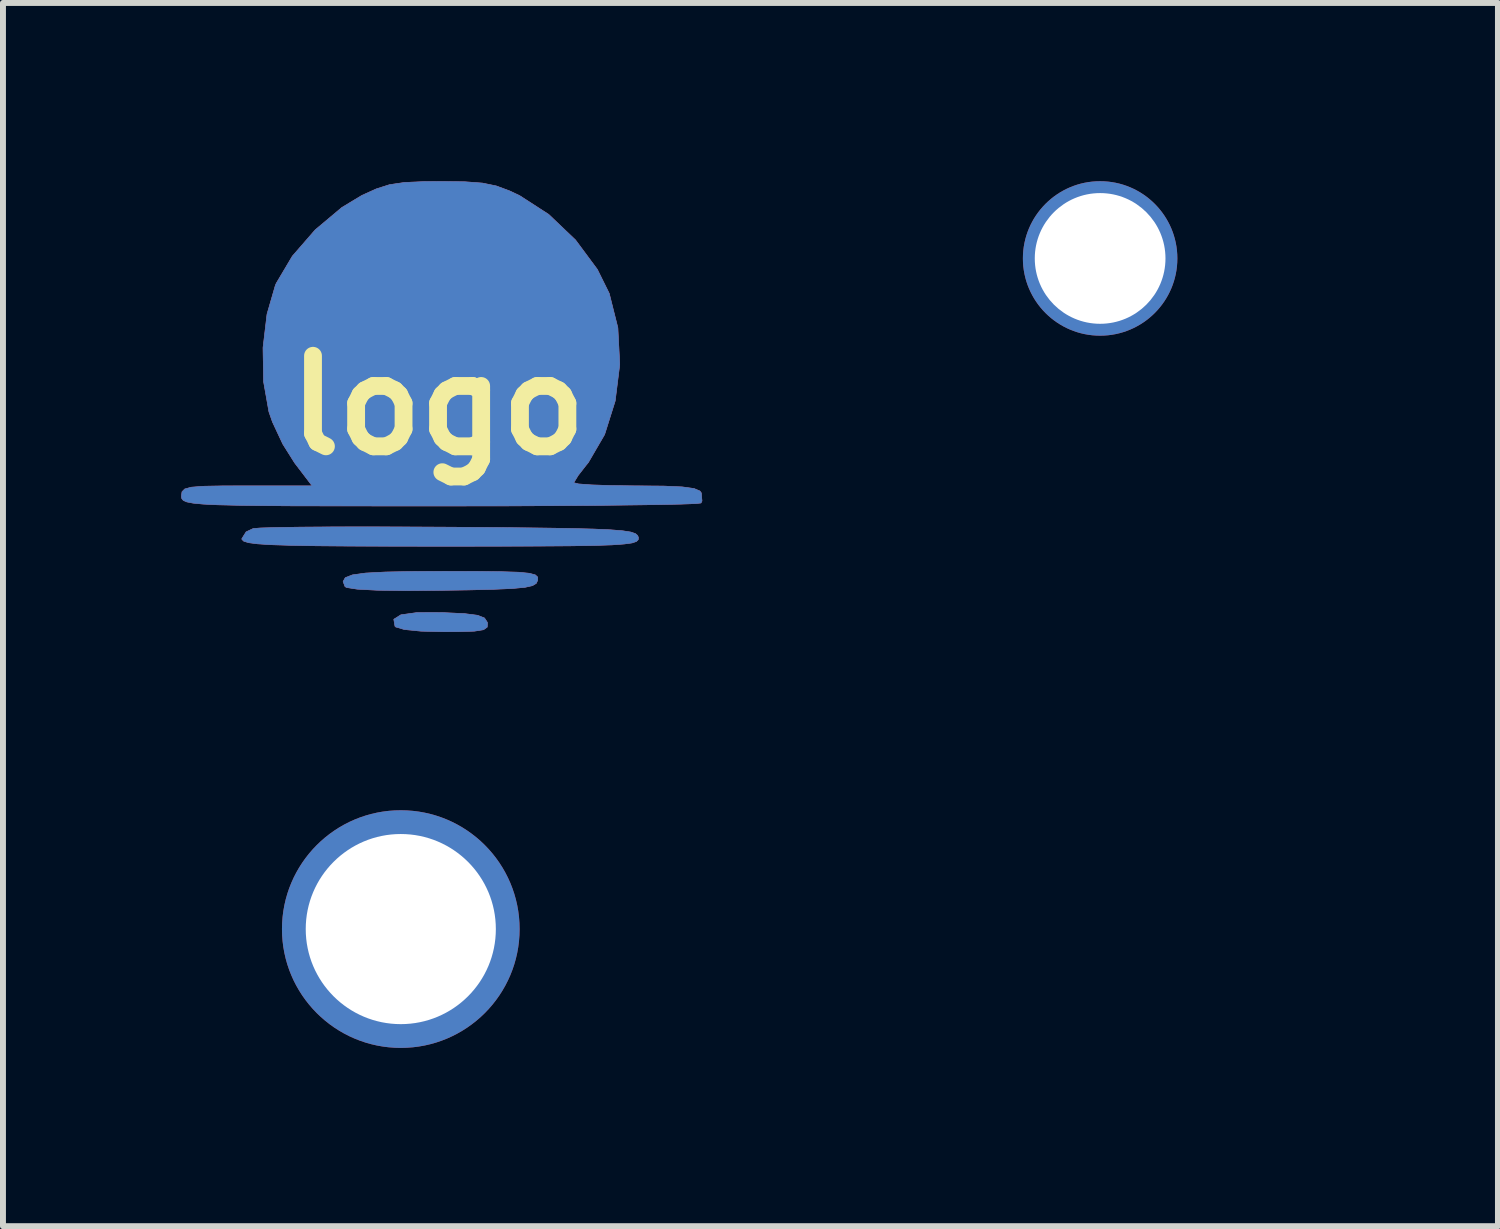
<source format=kicad_pcb>
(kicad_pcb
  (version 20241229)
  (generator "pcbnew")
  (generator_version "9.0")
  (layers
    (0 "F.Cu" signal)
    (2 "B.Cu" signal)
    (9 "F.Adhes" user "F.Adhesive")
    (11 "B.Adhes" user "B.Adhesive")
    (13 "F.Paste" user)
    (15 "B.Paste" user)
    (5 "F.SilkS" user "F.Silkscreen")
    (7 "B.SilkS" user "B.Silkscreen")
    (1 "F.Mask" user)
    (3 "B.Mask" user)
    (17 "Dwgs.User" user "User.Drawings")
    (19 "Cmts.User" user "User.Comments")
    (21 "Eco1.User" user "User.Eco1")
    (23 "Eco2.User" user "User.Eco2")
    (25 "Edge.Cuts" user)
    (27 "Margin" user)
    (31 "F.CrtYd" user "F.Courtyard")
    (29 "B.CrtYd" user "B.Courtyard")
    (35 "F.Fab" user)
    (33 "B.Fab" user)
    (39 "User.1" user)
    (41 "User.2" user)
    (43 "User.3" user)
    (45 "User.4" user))
  (footprint "M2-HOLE"
    (layer "F.Cu")
    (at 15.467 1.3)
    (property "Reference" "M2-HOLE" (at 0 0.5 0) (layer "Eco1.User") (effects (font (size 1 1) (thickness 0.15))))
    (attr through_hole)
    (pad "" thru_hole circle (at 0 0) (size 2.6 2.6) (drill 2.2) (layers "*.Cu" "*.Mask")))
  (footprint "logo"
    (layer "F.Cu")
    (at 4.323 3.773)
    (property "Reference" "logo" (at 0 0 0) (layer "F.SilkS") (effects (font (size 1.524 1.524) (thickness 0.3))))
    (attr through_hole)
    (fp_poly (pts (xy 0.092 3.489) (xy 0.447 3.506) (xy 0.666 3.534) (xy 0.782 3.58) (xy 0.828 3.651) (xy 0.831 3.662) (xy 0.827 3.732) (xy 0.765 3.776) (xy 0.612 3.8) (xy 0.339 3.809) (xy 0.096 3.81) (xy -0.288 3.8) (xy -0.567 3.772) (xy -0.713 3.729) (xy -0.724 3.718) (xy -0.744 3.601) (xy -0.625 3.526) (xy -0.36 3.489) (xy 0.062 3.488) (xy 0.092 3.489)) (stroke (width 0.01) (type solid)) (fill yes) (layer "F.Cu"))
    (fp_poly (pts (xy 0.656 2.795) (xy 1.068 2.8) (xy 1.355 2.809) (xy 1.537 2.827) (xy 1.637 2.854) (xy 1.677 2.892) (xy 1.677 2.942) (xy 1.653 2.995) (xy 1.589 3.034) (xy 1.463 3.062) (xy 1.251 3.082) (xy 0.931 3.096) (xy 0.481 3.107) (xy 0.069 3.113) (xy -0.548 3.118) (xy -1.028 3.111) (xy -1.361 3.093) (xy -1.539 3.065) (xy -1.565 3.05) (xy -1.597 2.965) (xy -1.561 2.901) (xy -1.441 2.854) (xy -1.219 2.823) (xy -0.876 2.805) (xy -0.396 2.796) (xy 0.096 2.794) (xy 0.656 2.795)) (stroke (width 0.01) (type solid)) (fill yes) (layer "F.Cu"))
    (fp_poly (pts (xy -0.521 2.047) (xy 0.197 2.051) (xy 0.211 2.051) (xy 1.023 2.057) (xy 1.683 2.064) (xy 2.206 2.072) (xy 2.607 2.082) (xy 2.903 2.095) (xy 3.111 2.112) (xy 3.245 2.133) (xy 3.323 2.16) (xy 3.36 2.193) (xy 3.371 2.223) (xy 3.369 2.26) (xy 3.339 2.29) (xy 3.266 2.315) (xy 3.133 2.333) (xy 2.926 2.348) (xy 2.629 2.358) (xy 2.227 2.364) (xy 1.705 2.368) (xy 1.047 2.37) (xy 0.239 2.371) (xy 0.049 2.371) (xy -0.803 2.37) (xy -1.5 2.368) (xy -2.057 2.363) (xy -2.49 2.355) (xy -2.813 2.345) (xy -3.04 2.33) (xy -3.187 2.311) (xy -3.269 2.286) (xy -3.3 2.256) (xy -3.302 2.245) (xy -3.23 2.13) (xy -3.111 2.074) (xy -2.985 2.064) (xy -2.71 2.056) (xy -2.306 2.05) (xy -1.793 2.046) (xy -1.191 2.045) (xy -0.521 2.047)) (stroke (width 0.01) (type solid)) (fill yes) (layer "F.Cu"))
    (fp_poly (pts (xy 0.453 -3.763) (xy 0.748 -3.741) (xy 0.98 -3.693) (xy 1.203 -3.61) (xy 1.371 -3.531) (xy 1.862 -3.214) (xy 2.314 -2.783) (xy 2.681 -2.288) (xy 2.881 -1.884) (xy 3.026 -1.306) (xy 3.058 -0.688) (xy 2.981 -0.074) (xy 2.803 0.491) (xy 2.529 0.962) (xy 2.491 1.008) (xy 2.358 1.179) (xy 2.289 1.292) (xy 2.286 1.303) (xy 2.365 1.323) (xy 2.582 1.339) (xy 2.903 1.35) (xy 3.297 1.355) (xy 3.335 1.355) (xy 3.796 1.359) (xy 4.112 1.373) (xy 4.308 1.4) (xy 4.407 1.442) (xy 4.43 1.473) (xy 4.442 1.609) (xy 4.425 1.643) (xy 4.333 1.653) (xy 4.088 1.662) (xy 3.705 1.67) (xy 3.202 1.677) (xy 2.593 1.684) (xy 1.895 1.688) (xy 1.125 1.692) (xy 0.297 1.693) (xy 0.028 1.693) (xy -0.94 1.693) (xy -1.753 1.692) (xy -2.423 1.691) (xy -2.966 1.687) (xy -3.393 1.681) (xy -3.72 1.673) (xy -3.958 1.661) (xy -4.123 1.645) (xy -4.228 1.625) (xy -4.286 1.6) (xy -4.312 1.57) (xy -4.318 1.534) (xy -4.318 1.524) (xy -4.309 1.455) (xy -4.263 1.408) (xy -4.153 1.378) (xy -3.953 1.362) (xy -3.635 1.356) (xy -3.218 1.355) (xy -2.118 1.355) (xy -2.413 0.968) (xy -2.613 0.65) (xy -2.786 0.28) (xy -2.846 0.108) (xy -2.936 -0.4) (xy -2.945 -0.971) (xy -2.878 -1.535) (xy -2.738 -2.019) (xy -2.723 -2.054) (xy -2.452 -2.511) (xy -2.067 -2.954) (xy -1.619 -3.33) (xy -1.281 -3.534) (xy -1.037 -3.644) (xy -0.817 -3.714) (xy -0.568 -3.751) (xy -0.237 -3.766) (xy 0.042 -3.768) (xy 0.453 -3.763)) (stroke (width 0.01) (type solid)) (fill yes) (layer "F.Cu"))
    (fp_poly (pts (xy 0.092 3.489) (xy 0.447 3.506) (xy 0.666 3.534) (xy 0.782 3.58) (xy 0.828 3.651) (xy 0.831 3.662) (xy 0.827 3.732) (xy 0.765 3.776) (xy 0.612 3.8) (xy 0.339 3.809) (xy 0.096 3.81) (xy -0.288 3.8) (xy -0.567 3.772) (xy -0.713 3.729) (xy -0.724 3.718) (xy -0.744 3.601) (xy -0.625 3.526) (xy -0.36 3.489) (xy 0.062 3.488) (xy 0.092 3.489)) (stroke (width 0.01) (type solid)) (fill yes) (layer "F.Mask"))
    (fp_poly (pts (xy 0.656 2.795) (xy 1.068 2.8) (xy 1.355 2.809) (xy 1.537 2.827) (xy 1.637 2.854) (xy 1.677 2.892) (xy 1.677 2.942) (xy 1.653 2.995) (xy 1.589 3.034) (xy 1.463 3.062) (xy 1.251 3.082) (xy 0.931 3.096) (xy 0.481 3.107) (xy 0.069 3.113) (xy -0.548 3.118) (xy -1.028 3.111) (xy -1.361 3.093) (xy -1.539 3.065) (xy -1.565 3.05) (xy -1.597 2.965) (xy -1.561 2.901) (xy -1.441 2.854) (xy -1.219 2.823) (xy -0.876 2.805) (xy -0.396 2.796) (xy 0.096 2.794) (xy 0.656 2.795)) (stroke (width 0.01) (type solid)) (fill yes) (layer "F.Mask"))
    (fp_poly (pts (xy -0.521 2.047) (xy 0.197 2.051) (xy 0.211 2.051) (xy 1.023 2.057) (xy 1.683 2.064) (xy 2.206 2.072) (xy 2.607 2.082) (xy 2.903 2.095) (xy 3.111 2.112) (xy 3.245 2.133) (xy 3.323 2.16) (xy 3.36 2.193) (xy 3.371 2.223) (xy 3.369 2.26) (xy 3.339 2.29) (xy 3.266 2.315) (xy 3.133 2.333) (xy 2.926 2.348) (xy 2.629 2.358) (xy 2.227 2.364) (xy 1.705 2.368) (xy 1.047 2.37) (xy 0.239 2.371) (xy 0.049 2.371) (xy -0.803 2.37) (xy -1.5 2.368) (xy -2.057 2.363) (xy -2.49 2.355) (xy -2.813 2.345) (xy -3.04 2.33) (xy -3.187 2.311) (xy -3.269 2.286) (xy -3.3 2.256) (xy -3.302 2.245) (xy -3.23 2.13) (xy -3.111 2.074) (xy -2.985 2.064) (xy -2.71 2.056) (xy -2.306 2.05) (xy -1.793 2.046) (xy -1.191 2.045) (xy -0.521 2.047)) (stroke (width 0.01) (type solid)) (fill yes) (layer "F.Mask"))
    (fp_poly (pts (xy 0.453 -3.763) (xy 0.748 -3.741) (xy 0.98 -3.693) (xy 1.203 -3.61) (xy 1.371 -3.531) (xy 1.862 -3.214) (xy 2.314 -2.783) (xy 2.681 -2.288) (xy 2.881 -1.884) (xy 3.026 -1.306) (xy 3.058 -0.688) (xy 2.981 -0.074) (xy 2.803 0.491) (xy 2.529 0.962) (xy 2.491 1.008) (xy 2.358 1.179) (xy 2.289 1.292) (xy 2.286 1.303) (xy 2.365 1.323) (xy 2.582 1.339) (xy 2.903 1.35) (xy 3.297 1.355) (xy 3.335 1.355) (xy 3.796 1.359) (xy 4.112 1.373) (xy 4.308 1.4) (xy 4.407 1.442) (xy 4.43 1.473) (xy 4.442 1.609) (xy 4.425 1.643) (xy 4.333 1.653) (xy 4.088 1.662) (xy 3.705 1.67) (xy 3.202 1.677) (xy 2.593 1.684) (xy 1.895 1.688) (xy 1.125 1.692) (xy 0.297 1.693) (xy 0.028 1.693) (xy -0.94 1.693) (xy -1.753 1.692) (xy -2.423 1.691) (xy -2.966 1.687) (xy -3.393 1.681) (xy -3.72 1.673) (xy -3.958 1.661) (xy -4.123 1.645) (xy -4.228 1.625) (xy -4.286 1.6) (xy -4.312 1.57) (xy -4.318 1.534) (xy -4.318 1.524) (xy -4.309 1.455) (xy -4.263 1.408) (xy -4.153 1.378) (xy -3.953 1.362) (xy -3.635 1.356) (xy -3.218 1.355) (xy -2.118 1.355) (xy -2.413 0.968) (xy -2.613 0.65) (xy -2.786 0.28) (xy -2.846 0.108) (xy -2.936 -0.4) (xy -2.945 -0.971) (xy -2.878 -1.535) (xy -2.738 -2.019) (xy -2.723 -2.054) (xy -2.452 -2.511) (xy -2.067 -2.954) (xy -1.619 -3.33) (xy -1.281 -3.534) (xy -1.037 -3.644) (xy -0.817 -3.714) (xy -0.568 -3.751) (xy -0.237 -3.766) (xy 0.042 -3.768) (xy 0.453 -3.763)) (stroke (width 0.01) (type solid)) (fill yes) (layer "F.Mask"))
    (fp_poly (pts (xy 0.092 3.489) (xy 0.447 3.506) (xy 0.666 3.534) (xy 0.782 3.58) (xy 0.828 3.651) (xy 0.831 3.662) (xy 0.827 3.732) (xy 0.765 3.776) (xy 0.612 3.8) (xy 0.339 3.809) (xy 0.096 3.81) (xy -0.288 3.8) (xy -0.567 3.772) (xy -0.713 3.729) (xy -0.724 3.718) (xy -0.744 3.601) (xy -0.625 3.526) (xy -0.36 3.489) (xy 0.062 3.488) (xy 0.092 3.489)) (stroke (width 0.01) (type solid)) (fill yes) (layer "B.Cu"))
    (fp_poly (pts (xy 0.656 2.795) (xy 1.068 2.8) (xy 1.355 2.809) (xy 1.537 2.827) (xy 1.637 2.854) (xy 1.677 2.892) (xy 1.677 2.942) (xy 1.653 2.995) (xy 1.589 3.034) (xy 1.463 3.062) (xy 1.251 3.082) (xy 0.931 3.096) (xy 0.481 3.107) (xy 0.069 3.113) (xy -0.548 3.118) (xy -1.028 3.111) (xy -1.361 3.093) (xy -1.539 3.065) (xy -1.565 3.05) (xy -1.597 2.965) (xy -1.561 2.901) (xy -1.441 2.854) (xy -1.219 2.823) (xy -0.876 2.805) (xy -0.396 2.796) (xy 0.096 2.794) (xy 0.656 2.795)) (stroke (width 0.01) (type solid)) (fill yes) (layer "B.Cu"))
    (fp_poly (pts (xy -0.521 2.047) (xy 0.197 2.051) (xy 0.211 2.051) (xy 1.023 2.057) (xy 1.683 2.064) (xy 2.206 2.072) (xy 2.607 2.082) (xy 2.903 2.095) (xy 3.111 2.112) (xy 3.245 2.133) (xy 3.323 2.16) (xy 3.36 2.193) (xy 3.371 2.223) (xy 3.369 2.26) (xy 3.339 2.29) (xy 3.266 2.315) (xy 3.133 2.333) (xy 2.926 2.348) (xy 2.629 2.358) (xy 2.227 2.364) (xy 1.705 2.368) (xy 1.047 2.37) (xy 0.239 2.371) (xy 0.049 2.371) (xy -0.803 2.37) (xy -1.5 2.368) (xy -2.057 2.363) (xy -2.49 2.355) (xy -2.813 2.345) (xy -3.04 2.33) (xy -3.187 2.311) (xy -3.269 2.286) (xy -3.3 2.256) (xy -3.302 2.245) (xy -3.23 2.13) (xy -3.111 2.074) (xy -2.985 2.064) (xy -2.71 2.056) (xy -2.306 2.05) (xy -1.793 2.046) (xy -1.191 2.045) (xy -0.521 2.047)) (stroke (width 0.01) (type solid)) (fill yes) (layer "B.Cu"))
    (fp_poly (pts (xy 0.453 -3.763) (xy 0.748 -3.741) (xy 0.98 -3.693) (xy 1.203 -3.61) (xy 1.371 -3.531) (xy 1.862 -3.214) (xy 2.314 -2.783) (xy 2.681 -2.288) (xy 2.881 -1.884) (xy 3.026 -1.306) (xy 3.058 -0.688) (xy 2.981 -0.074) (xy 2.803 0.491) (xy 2.529 0.962) (xy 2.491 1.008) (xy 2.358 1.179) (xy 2.289 1.292) (xy 2.286 1.303) (xy 2.365 1.323) (xy 2.582 1.339) (xy 2.903 1.35) (xy 3.297 1.355) (xy 3.335 1.355) (xy 3.796 1.359) (xy 4.112 1.373) (xy 4.308 1.4) (xy 4.407 1.442) (xy 4.43 1.473) (xy 4.442 1.609) (xy 4.425 1.643) (xy 4.333 1.653) (xy 4.088 1.662) (xy 3.705 1.67) (xy 3.202 1.677) (xy 2.593 1.684) (xy 1.895 1.688) (xy 1.125 1.692) (xy 0.297 1.693) (xy 0.028 1.693) (xy -0.94 1.693) (xy -1.753 1.692) (xy -2.423 1.691) (xy -2.966 1.687) (xy -3.393 1.681) (xy -3.72 1.673) (xy -3.958 1.661) (xy -4.123 1.645) (xy -4.228 1.625) (xy -4.286 1.6) (xy -4.312 1.57) (xy -4.318 1.534) (xy -4.318 1.524) (xy -4.309 1.455) (xy -4.263 1.408) (xy -4.153 1.378) (xy -3.953 1.362) (xy -3.635 1.356) (xy -3.218 1.355) (xy -2.118 1.355) (xy -2.413 0.968) (xy -2.613 0.65) (xy -2.786 0.28) (xy -2.846 0.108) (xy -2.936 -0.4) (xy -2.945 -0.971) (xy -2.878 -1.535) (xy -2.738 -2.019) (xy -2.723 -2.054) (xy -2.452 -2.511) (xy -2.067 -2.954) (xy -1.619 -3.33) (xy -1.281 -3.534) (xy -1.037 -3.644) (xy -0.817 -3.714) (xy -0.568 -3.751) (xy -0.237 -3.766) (xy 0.042 -3.768) (xy 0.453 -3.763)) (stroke (width 0.01) (type solid)) (fill yes) (layer "B.Cu"))
    (fp_poly (pts (xy 0.092 3.489) (xy 0.447 3.506) (xy 0.666 3.534) (xy 0.782 3.58) (xy 0.828 3.651) (xy 0.831 3.662) (xy 0.827 3.732) (xy 0.765 3.776) (xy 0.612 3.8) (xy 0.339 3.809) (xy 0.096 3.81) (xy -0.288 3.8) (xy -0.567 3.772) (xy -0.713 3.729) (xy -0.724 3.718) (xy -0.744 3.601) (xy -0.625 3.526) (xy -0.36 3.489) (xy 0.062 3.488) (xy 0.092 3.489)) (stroke (width 0.01) (type solid)) (fill yes) (layer "B.Mask"))
    (fp_poly (pts (xy 0.656 2.795) (xy 1.068 2.8) (xy 1.355 2.809) (xy 1.537 2.827) (xy 1.637 2.854) (xy 1.677 2.892) (xy 1.677 2.942) (xy 1.653 2.995) (xy 1.589 3.034) (xy 1.463 3.062) (xy 1.251 3.082) (xy 0.931 3.096) (xy 0.481 3.107) (xy 0.069 3.113) (xy -0.548 3.118) (xy -1.028 3.111) (xy -1.361 3.093) (xy -1.539 3.065) (xy -1.565 3.05) (xy -1.597 2.965) (xy -1.561 2.901) (xy -1.441 2.854) (xy -1.219 2.823) (xy -0.876 2.805) (xy -0.396 2.796) (xy 0.096 2.794) (xy 0.656 2.795)) (stroke (width 0.01) (type solid)) (fill yes) (layer "B.Mask"))
    (fp_poly (pts (xy -0.521 2.047) (xy 0.197 2.051) (xy 0.211 2.051) (xy 1.023 2.057) (xy 1.683 2.064) (xy 2.206 2.072) (xy 2.607 2.082) (xy 2.903 2.095) (xy 3.111 2.112) (xy 3.245 2.133) (xy 3.323 2.16) (xy 3.36 2.193) (xy 3.371 2.223) (xy 3.369 2.26) (xy 3.339 2.29) (xy 3.266 2.315) (xy 3.133 2.333) (xy 2.926 2.348) (xy 2.629 2.358) (xy 2.227 2.364) (xy 1.705 2.368) (xy 1.047 2.37) (xy 0.239 2.371) (xy 0.049 2.371) (xy -0.803 2.37) (xy -1.5 2.368) (xy -2.057 2.363) (xy -2.49 2.355) (xy -2.813 2.345) (xy -3.04 2.33) (xy -3.187 2.311) (xy -3.269 2.286) (xy -3.3 2.256) (xy -3.302 2.245) (xy -3.23 2.13) (xy -3.111 2.074) (xy -2.985 2.064) (xy -2.71 2.056) (xy -2.306 2.05) (xy -1.793 2.046) (xy -1.191 2.045) (xy -0.521 2.047)) (stroke (width 0.01) (type solid)) (fill yes) (layer "B.Mask"))
    (fp_poly (pts (xy 0.453 -3.763) (xy 0.748 -3.741) (xy 0.98 -3.693) (xy 1.203 -3.61) (xy 1.371 -3.531) (xy 1.862 -3.214) (xy 2.314 -2.783) (xy 2.681 -2.288) (xy 2.881 -1.884) (xy 3.026 -1.306) (xy 3.058 -0.688) (xy 2.981 -0.074) (xy 2.803 0.491) (xy 2.529 0.962) (xy 2.491 1.008) (xy 2.358 1.179) (xy 2.289 1.292) (xy 2.286 1.303) (xy 2.365 1.323) (xy 2.582 1.339) (xy 2.903 1.35) (xy 3.297 1.355) (xy 3.335 1.355) (xy 3.796 1.359) (xy 4.112 1.373) (xy 4.308 1.4) (xy 4.407 1.442) (xy 4.43 1.473) (xy 4.442 1.609) (xy 4.425 1.643) (xy 4.333 1.653) (xy 4.088 1.662) (xy 3.705 1.67) (xy 3.202 1.677) (xy 2.593 1.684) (xy 1.895 1.688) (xy 1.125 1.692) (xy 0.297 1.693) (xy 0.028 1.693) (xy -0.94 1.693) (xy -1.753 1.692) (xy -2.423 1.691) (xy -2.966 1.687) (xy -3.393 1.681) (xy -3.72 1.673) (xy -3.958 1.661) (xy -4.123 1.645) (xy -4.228 1.625) (xy -4.286 1.6) (xy -4.312 1.57) (xy -4.318 1.534) (xy -4.318 1.524) (xy -4.309 1.455) (xy -4.263 1.408) (xy -4.153 1.378) (xy -3.953 1.362) (xy -3.635 1.356) (xy -3.218 1.355) (xy -2.118 1.355) (xy -2.413 0.968) (xy -2.613 0.65) (xy -2.786 0.28) (xy -2.846 0.108) (xy -2.936 -0.4) (xy -2.945 -0.971) (xy -2.878 -1.535) (xy -2.738 -2.019) (xy -2.723 -2.054) (xy -2.452 -2.511) (xy -2.067 -2.954) (xy -1.619 -3.33) (xy -1.281 -3.534) (xy -1.037 -3.644) (xy -0.817 -3.714) (xy -0.568 -3.751) (xy -0.237 -3.766) (xy 0.042 -3.768) (xy 0.453 -3.763)) (stroke (width 0.01) (type solid)) (fill yes) (layer "B.Mask")))
  (footprint "M3-HOLE"
    (layer "F.Cu")
    (at 3.696 12.588)
    (property "Reference" "M3-HOLE" (at 0 0.5 0) (layer "Eco1.User") (effects (font (size 1 1) (thickness 0.15))))
    (attr through_hole)
    (pad "" thru_hole circle (at 0 0) (size 4 4) (drill 3.2) (layers "*.Cu" "*.Mask")))
  (gr_rect
    (start -3 -3)
    (end 22.163 17.588)
    (stroke (width 0.1) (type default))
    (fill no)
    (layer "Edge.Cuts")))
</source>
